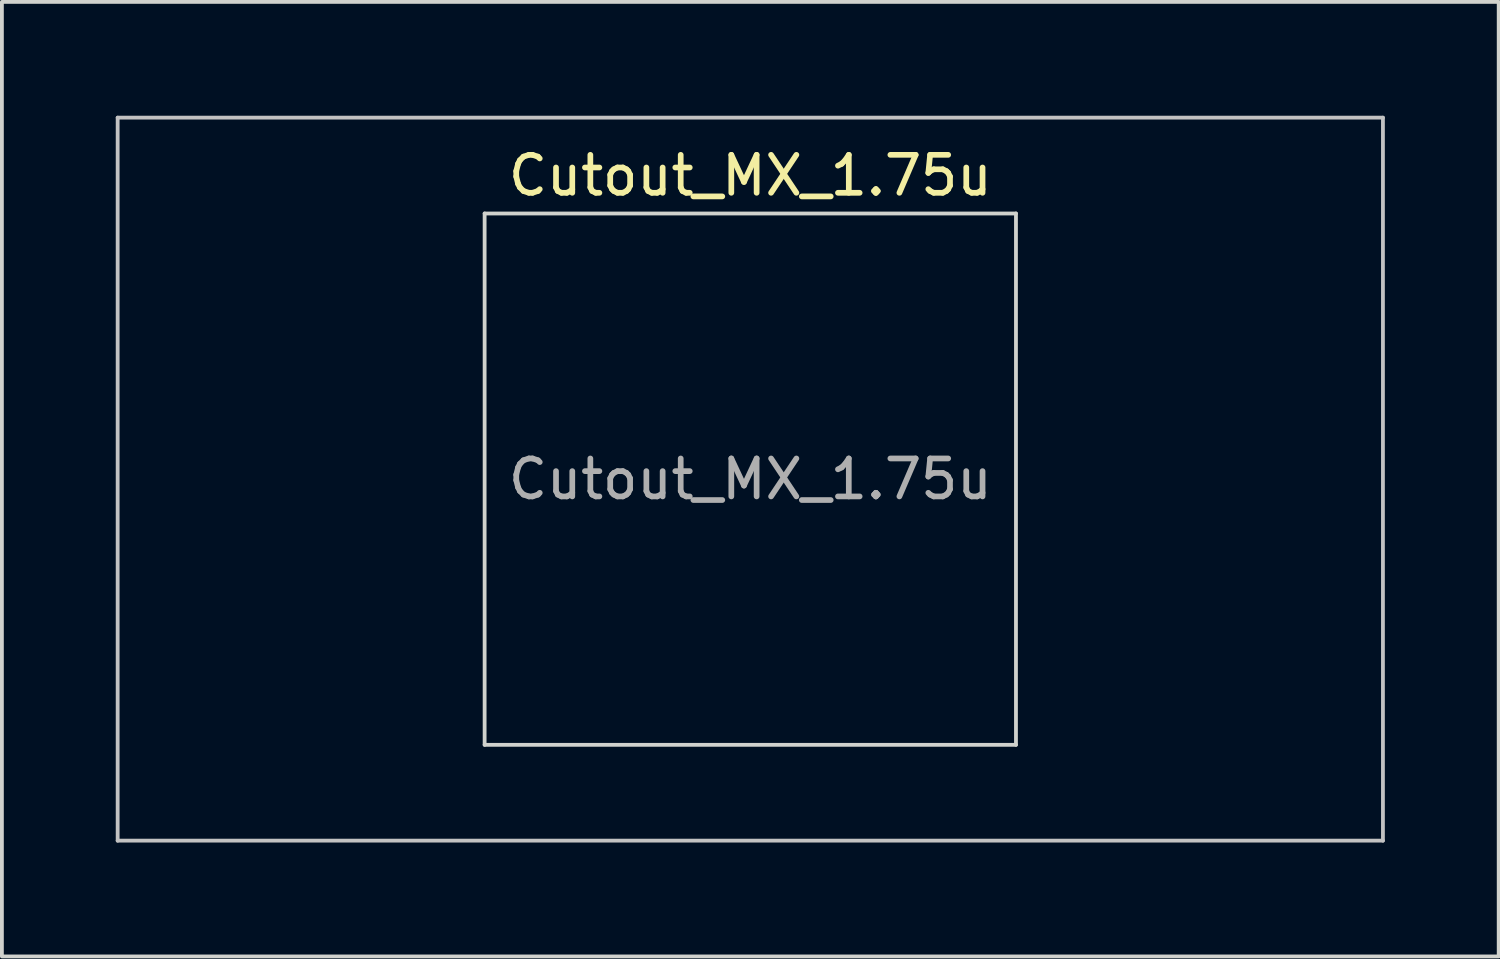
<source format=kicad_pcb>
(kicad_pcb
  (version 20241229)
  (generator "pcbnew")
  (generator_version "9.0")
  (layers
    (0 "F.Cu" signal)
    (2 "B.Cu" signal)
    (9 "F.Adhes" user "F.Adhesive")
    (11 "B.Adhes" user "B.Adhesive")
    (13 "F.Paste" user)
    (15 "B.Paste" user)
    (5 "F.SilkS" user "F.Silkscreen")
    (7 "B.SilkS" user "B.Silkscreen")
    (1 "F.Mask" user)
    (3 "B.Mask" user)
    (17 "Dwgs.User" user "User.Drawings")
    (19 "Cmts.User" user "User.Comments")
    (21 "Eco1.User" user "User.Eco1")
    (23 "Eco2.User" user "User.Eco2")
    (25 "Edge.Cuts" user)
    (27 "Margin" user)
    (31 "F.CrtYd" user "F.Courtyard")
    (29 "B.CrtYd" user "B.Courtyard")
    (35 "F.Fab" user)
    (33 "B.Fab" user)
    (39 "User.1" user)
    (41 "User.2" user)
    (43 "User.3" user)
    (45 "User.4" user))
  (footprint "Cutout_MX_1.75u"
    (layer "F.Cu")
    (at 16.719 9.575)
    (property "Reference" "Cutout_MX_1.75u" (at 0 -8 0) (layer "F.SilkS") (effects (font (size 1 1) (thickness 0.15))))
    (attr through_hole)
    (fp_line (start -16.669 -9.525) (end -16.669 9.525) (stroke (width 0.1) (type solid)) (layer "Dwgs.User"))
    (fp_line (start -16.669 9.525) (end 16.669 9.525) (stroke (width 0.1) (type solid)) (layer "Dwgs.User"))
    (fp_line (start 16.669 -9.525) (end -16.669 -9.525) (stroke (width 0.1) (type solid)) (layer "Dwgs.User"))
    (fp_line (start 16.669 9.525) (end 16.669 -9.525) (stroke (width 0.1) (type solid)) (layer "Dwgs.User"))
    (fp_line (start -7 -7) (end -7 7) (stroke (width 0.1) (type solid)) (layer "Edge.Cuts"))
    (fp_line (start -7 7) (end 7 7) (stroke (width 0.1) (type solid)) (layer "Edge.Cuts"))
    (fp_line (start 7 -7) (end -7 -7) (stroke (width 0.1) (type solid)) (layer "Edge.Cuts"))
    (fp_line (start 7 7) (end 7 -7) (stroke (width 0.1) (type solid)) (layer "Edge.Cuts"))
    (fp_text user "${REFERENCE}" (at 0 0 0) (layer "F.Fab") (effects (font (size 1 1) (thickness 0.15)))))
  (gr_rect
    (start -3 -3)
    (end 36.438 22.15)
    (stroke (width 0.1) (type default))
    (fill no)
    (layer "Edge.Cuts")))
</source>
